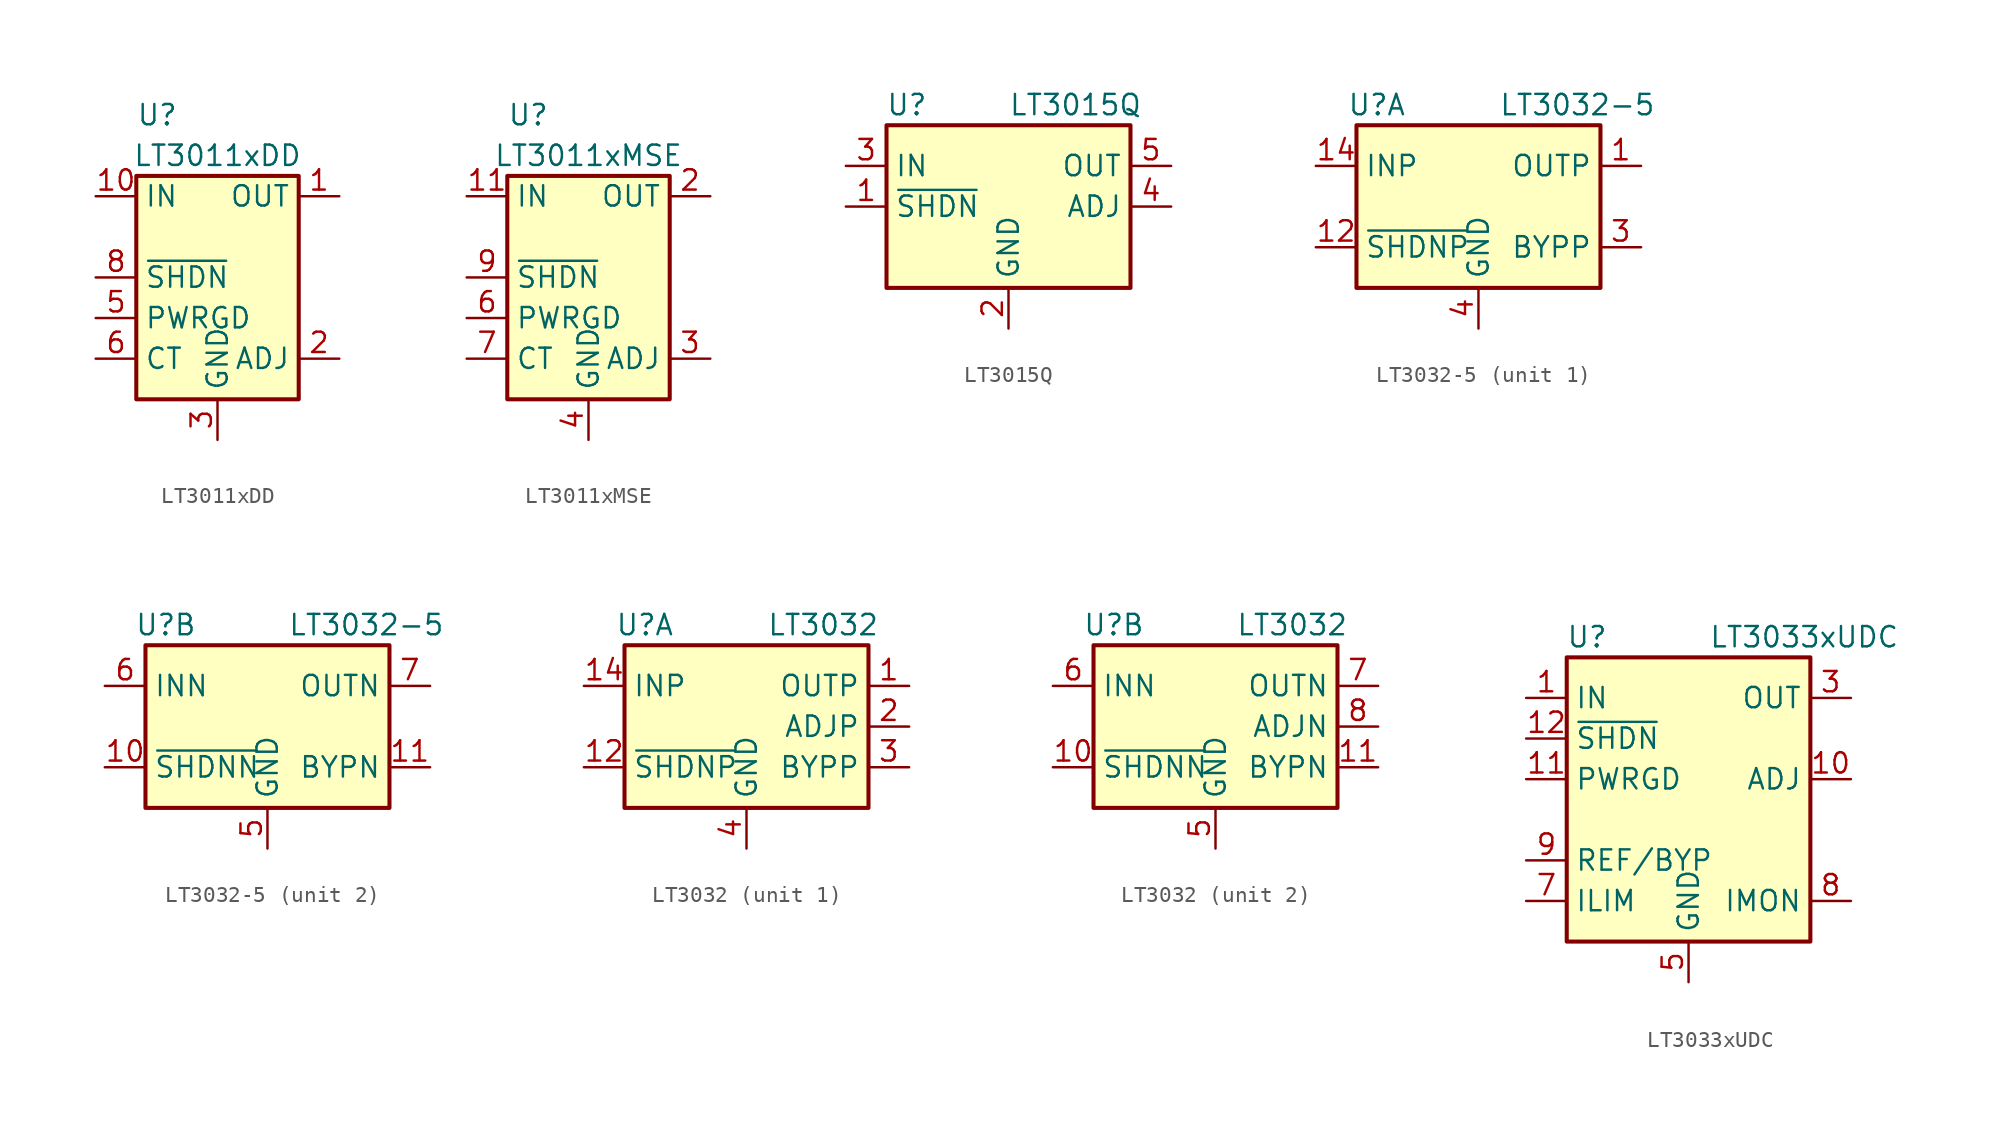
<source format=kicad_sym>
(kicad_symbol_lib
  (version 20241209)
  (generator "kicad_symbol_editor")
  (generator_version "9.0")
  (symbol "LT3011xDD"
    (property "Reference" "U"
      (at -5.08 10.16 0)
      (effects (font (size 1.27 1.27)) (justify left)))
    (property "Value" "LT3011xDD"
      (at 0 7.62 0)
      (effects (font (size 1.27 1.27))))
    (symbol "LT3011xDD_0_1"
      (rectangle (start -5.08 6.35) (end 5.08 -7.62) (stroke (width 0.254) (type default)) (fill (type background))))
    (symbol "LT3011xDD_1_1"
      (pin power_in line (at -7.62 5.08 0) (length 2.54) (name "IN" (effects (font (size 1.27 1.27)))) (number "10" (effects (font (size 1.27 1.27)))))
      (pin input line (at -7.62 0 0) (length 2.54) (name "~{SHDN}" (effects (font (size 1.27 1.27)))) (number "8" (effects (font (size 1.27 1.27)))))
      (pin open_collector line (at -7.62 -2.54 0) (length 2.54) (name "PWRGD" (effects (font (size 1.27 1.27)))) (number "5" (effects (font (size 1.27 1.27)))))
      (pin unspecified line (at -7.62 -5.08 0) (length 2.54) (name "CT" (effects (font (size 1.27 1.27)))) (number "6" (effects (font (size 1.27 1.27)))))
      (pin passive line (at 0 -10.16 90) (length 2.54) (hide yes) (name "GND" (effects (font (size 1.27 1.27)))) (number "11" (effects (font (size 1.27 1.27)))))
      (pin power_in line (at 0 -10.16 90) (length 2.54) (name "GND" (effects (font (size 1.27 1.27)))) (number "3" (effects (font (size 1.27 1.27)))))
      (pin no_connect line (at 5.08 2.54 180) (length 2.54) (hide yes) (name "NC" (effects (font (size 1.27 1.27)))) (number "4" (effects (font (size 1.27 1.27)))))
      (pin no_connect line (at 5.08 0 180) (length 2.54) (hide yes) (name "NC" (effects (font (size 1.27 1.27)))) (number "7" (effects (font (size 1.27 1.27)))))
      (pin no_connect line (at 5.08 -2.54 180) (length 2.54) (hide yes) (name "NC" (effects (font (size 1.27 1.27)))) (number "9" (effects (font (size 1.27 1.27)))))
      (pin power_out line (at 7.62 5.08 180) (length 2.54) (name "OUT" (effects (font (size 1.27 1.27)))) (number "1" (effects (font (size 1.27 1.27)))))
      (pin input line (at 7.62 -5.08 180) (length 2.54) (name "ADJ" (effects (font (size 1.27 1.27)))) (number "2" (effects (font (size 1.27 1.27)))))))
  (symbol "LT3011xMSE"
    (property "Reference" "U"
      (at -5.08 10.16 0)
      (effects (font (size 1.27 1.27)) (justify left)))
    (property "Value" "LT3011xMSE"
      (at 0 7.62 0)
      (effects (font (size 1.27 1.27))))
    (symbol "LT3011xMSE_0_1"
      (rectangle (start -5.08 6.35) (end 5.08 -7.62) (stroke (width 0.254) (type default)) (fill (type background))))
    (symbol "LT3011xMSE_1_1"
      (pin power_in line (at -7.62 5.08 0) (length 2.54) (name "IN" (effects (font (size 1.27 1.27)))) (number "11" (effects (font (size 1.27 1.27)))))
      (pin input line (at -7.62 0 0) (length 2.54) (name "~{SHDN}" (effects (font (size 1.27 1.27)))) (number "9" (effects (font (size 1.27 1.27)))))
      (pin open_collector line (at -7.62 -2.54 0) (length 2.54) (name "PWRGD" (effects (font (size 1.27 1.27)))) (number "6" (effects (font (size 1.27 1.27)))))
      (pin unspecified line (at -7.62 -5.08 0) (length 2.54) (name "CT" (effects (font (size 1.27 1.27)))) (number "7" (effects (font (size 1.27 1.27)))))
      (pin no_connect line (at -5.08 2.54 0) (length 2.54) (hide yes) (name "NC" (effects (font (size 1.27 1.27)))) (number "1" (effects (font (size 1.27 1.27)))))
      (pin no_connect line (at 0 5.08 270) (length 2.54) (hide yes) (name "NC" (effects (font (size 1.27 1.27)))) (number "12" (effects (font (size 1.27 1.27)))))
      (pin passive line (at 0 -10.16 90) (length 2.54) (hide yes) (name "GND" (effects (font (size 1.27 1.27)))) (number "13" (effects (font (size 1.27 1.27)))))
      (pin power_in line (at 0 -10.16 90) (length 2.54) (name "GND" (effects (font (size 1.27 1.27)))) (number "4" (effects (font (size 1.27 1.27)))))
      (pin no_connect line (at 5.08 2.54 180) (length 2.54) (hide yes) (name "NC" (effects (font (size 1.27 1.27)))) (number "5" (effects (font (size 1.27 1.27)))))
      (pin no_connect line (at 5.08 0 180) (length 2.54) (hide yes) (name "NC" (effects (font (size 1.27 1.27)))) (number "8" (effects (font (size 1.27 1.27)))))
      (pin no_connect line (at 5.08 -2.54 180) (length 2.54) (hide yes) (name "NC" (effects (font (size 1.27 1.27)))) (number "10" (effects (font (size 1.27 1.27)))))
      (pin power_out line (at 7.62 5.08 180) (length 2.54) (name "OUT" (effects (font (size 1.27 1.27)))) (number "2" (effects (font (size 1.27 1.27)))))
      (pin input line (at 7.62 -5.08 180) (length 2.54) (name "ADJ" (effects (font (size 1.27 1.27)))) (number "3" (effects (font (size 1.27 1.27)))))))
  (symbol "LT3015Q"
    (property "Reference" "U"
      (at -6.35 6.35 0)
      (effects (font (size 1.27 1.27))))
    (property "Value" "LT3015Q"
      (at 0 6.35 0)
      (effects (font (size 1.27 1.27)) (justify left)))
    (symbol "LT3015Q_0_1"
      (rectangle (start -7.62 5.08) (end 7.62 -5.08) (stroke (width 0.254) (type default)) (fill (type background))))
    (symbol "LT3015Q_1_1"
      (pin power_in line (at -10.16 2.54 0) (length 2.54) (name "IN" (effects (font (size 1.27 1.27)))) (number "3" (effects (font (size 1.27 1.27)))))
      (pin input line (at -10.16 0 0) (length 2.54) (name "~{SHDN}" (effects (font (size 1.27 1.27)))) (number "1" (effects (font (size 1.27 1.27)))))
      (pin power_in line (at 0 -7.62 90) (length 2.54) (name "GND" (effects (font (size 1.27 1.27)))) (number "2" (effects (font (size 1.27 1.27)))))
      (pin power_out line (at 10.16 2.54 180) (length 2.54) (name "OUT" (effects (font (size 1.27 1.27)))) (number "5" (effects (font (size 1.27 1.27)))))
      (pin input line (at 10.16 0 180) (length 2.54) (name "ADJ" (effects (font (size 1.27 1.27)))) (number "4" (effects (font (size 1.27 1.27)))))))
  (symbol "LT3032-5"
    (property "Reference" "U"
      (at -6.35 6.35 0)
      (effects (font (size 1.27 1.27))))
    (property "Value" "LT3032-5"
      (at 1.27 6.35 0)
      (effects (font (size 1.27 1.27)) (justify left)))
    (property "ki_locked" ""
      (at 0 0 0)
      (effects (font (size 1.27 1.27))))
    (symbol "LT3032-5_0_1"
      (rectangle (start -7.62 5.08) (end 7.62 -5.08) (stroke (width 0.254) (type default)) (fill (type background))))
    (symbol "LT3032-5_1_1"
      (pin power_in line (at -10.16 2.54 0) (length 2.54) (name "INP" (effects (font (size 1.27 1.27)))) (number "14" (effects (font (size 1.27 1.27)))))
      (pin input line (at -10.16 -2.54 0) (length 2.54) (name "~{SHDNP}" (effects (font (size 1.27 1.27)))) (number "12" (effects (font (size 1.27 1.27)))))
      (pin power_in line (at 0 -7.62 90) (length 2.54) (name "GND" (effects (font (size 1.27 1.27)))) (number "4" (effects (font (size 1.27 1.27)))))
      (pin no_connect line (at 7.62 0 180) (length 2.54) (hide yes) (name "NC" (effects (font (size 1.27 1.27)))) (number "2" (effects (font (size 1.27 1.27)))))
      (pin no_connect line (at 7.62 -5.08 180) (length 2.54) (hide yes) (name "NC" (effects (font (size 1.27 1.27)))) (number "13" (effects (font (size 1.27 1.27)))))
      (pin power_out line (at 10.16 2.54 180) (length 2.54) (name "OUTP" (effects (font (size 1.27 1.27)))) (number "1" (effects (font (size 1.27 1.27)))))
      (pin passive line (at 10.16 -2.54 180) (length 2.54) (name "BYPP" (effects (font (size 1.27 1.27)))) (number "3" (effects (font (size 1.27 1.27))))))
    (symbol "LT3032-5_2_1"
      (pin power_in line (at -10.16 2.54 0) (length 2.54) (name "INN" (effects (font (size 1.27 1.27)))) (number "6" (effects (font (size 1.27 1.27)))))
      (pin passive line (at -10.16 2.54 0) (length 2.54) (hide yes) (name "INN" (effects (font (size 1.27 1.27)))) (number "9" (effects (font (size 1.27 1.27)))))
      (pin input line (at -10.16 -2.54 0) (length 2.54) (name "~{SHDNN}" (effects (font (size 1.27 1.27)))) (number "10" (effects (font (size 1.27 1.27)))))
      (pin power_in line (at 0 -7.62 90) (length 2.54) (name "GND" (effects (font (size 1.27 1.27)))) (number "5" (effects (font (size 1.27 1.27)))))
      (pin no_connect line (at 7.62 0 180) (length 2.54) (hide yes) (name "NC" (effects (font (size 1.27 1.27)))) (number "8" (effects (font (size 1.27 1.27)))))
      (pin power_out line (at 10.16 2.54 180) (length 2.54) (name "OUTN" (effects (font (size 1.27 1.27)))) (number "7" (effects (font (size 1.27 1.27)))))
      (pin passive line (at 10.16 -2.54 180) (length 2.54) (name "BYPN" (effects (font (size 1.27 1.27)))) (number "11" (effects (font (size 1.27 1.27)))))))
  (symbol "LT3032"
    (property "Reference" "U"
      (at -6.35 6.35 0)
      (effects (font (size 1.27 1.27))))
    (property "Value" "LT3032"
      (at 1.27 6.35 0)
      (effects (font (size 1.27 1.27)) (justify left)))
    (property "ki_locked" ""
      (at 0 0 0)
      (effects (font (size 1.27 1.27))))
    (symbol "LT3032_0_1"
      (rectangle (start -7.62 5.08) (end 7.62 -5.08) (stroke (width 0.254) (type default)) (fill (type background))))
    (symbol "LT3032_1_1"
      (pin power_in line (at -10.16 2.54 0) (length 2.54) (name "INP" (effects (font (size 1.27 1.27)))) (number "14" (effects (font (size 1.27 1.27)))))
      (pin input line (at -10.16 -2.54 0) (length 2.54) (name "~{SHDNP}" (effects (font (size 1.27 1.27)))) (number "12" (effects (font (size 1.27 1.27)))))
      (pin power_in line (at 0 -7.62 90) (length 2.54) (name "GND" (effects (font (size 1.27 1.27)))) (number "4" (effects (font (size 1.27 1.27)))))
      (pin no_connect line (at 7.62 -5.08 180) (length 2.54) (hide yes) (name "NC" (effects (font (size 1.27 1.27)))) (number "13" (effects (font (size 1.27 1.27)))))
      (pin power_out line (at 10.16 2.54 180) (length 2.54) (name "OUTP" (effects (font (size 1.27 1.27)))) (number "1" (effects (font (size 1.27 1.27)))))
      (pin input line (at 10.16 0 180) (length 2.54) (name "ADJP" (effects (font (size 1.27 1.27)))) (number "2" (effects (font (size 1.27 1.27)))))
      (pin passive line (at 10.16 -2.54 180) (length 2.54) (name "BYPP" (effects (font (size 1.27 1.27)))) (number "3" (effects (font (size 1.27 1.27))))))
    (symbol "LT3032_2_1"
      (pin power_in line (at -10.16 2.54 0) (length 2.54) (name "INN" (effects (font (size 1.27 1.27)))) (number "6" (effects (font (size 1.27 1.27)))))
      (pin passive line (at -10.16 2.54 0) (length 2.54) (hide yes) (name "INN" (effects (font (size 1.27 1.27)))) (number "9" (effects (font (size 1.27 1.27)))))
      (pin input line (at -10.16 -2.54 0) (length 2.54) (name "~{SHDNN}" (effects (font (size 1.27 1.27)))) (number "10" (effects (font (size 1.27 1.27)))))
      (pin power_in line (at 0 -7.62 90) (length 2.54) (name "GND" (effects (font (size 1.27 1.27)))) (number "5" (effects (font (size 1.27 1.27)))))
      (pin power_out line (at 10.16 2.54 180) (length 2.54) (name "OUTN" (effects (font (size 1.27 1.27)))) (number "7" (effects (font (size 1.27 1.27)))))
      (pin input line (at 10.16 0 180) (length 2.54) (name "ADJN" (effects (font (size 1.27 1.27)))) (number "8" (effects (font (size 1.27 1.27)))))
      (pin passive line (at 10.16 -2.54 180) (length 2.54) (name "BYPN" (effects (font (size 1.27 1.27)))) (number "11" (effects (font (size 1.27 1.27)))))))
  (symbol "LT3033xUDC"
    (property "Reference" "U"
      (at -6.35 8.89 0)
      (effects (font (size 1.27 1.27))))
    (property "Value" "LT3033xUDC"
      (at 1.27 8.89 0)
      (effects (font (size 1.27 1.27)) (justify left)))
    (symbol "LT3033xUDC_0_0"
      (pin passive line (at -10.16 5.08 0) (length 2.54) (hide yes) (name "IN" (effects (font (size 1.27 1.27)))) (number "15" (effects (font (size 1.27 1.27)))))
      (pin passive line (at -10.16 5.08 0) (length 2.54) (hide yes) (name "IN" (effects (font (size 1.27 1.27)))) (number "16" (effects (font (size 1.27 1.27)))))
      (pin passive line (at -10.16 5.08 0) (length 2.54) (hide yes) (name "IN" (effects (font (size 1.27 1.27)))) (number "21" (effects (font (size 1.27 1.27)))))
      (pin passive line (at -10.16 5.08 0) (length 2.54) (hide yes) (name "IN" (effects (font (size 1.27 1.27)))) (number "22" (effects (font (size 1.27 1.27))))))
    (symbol "LT3033xUDC_0_1"
      (rectangle (start -7.62 7.62) (end 7.62 -10.16) (stroke (width 0.254) (type default)) (fill (type background))))
    (symbol "LT3033xUDC_1_0"
      (pin passive line (at 0 -12.7 90) (length 2.54) (hide yes) (name "GND" (effects (font (size 1.27 1.27)))) (number "6" (effects (font (size 1.27 1.27)))))
      (pin passive line (at 10.16 5.08 180) (length 2.54) (hide yes) (name "OUT" (effects (font (size 1.27 1.27)))) (number "13" (effects (font (size 1.27 1.27)))))
      (pin passive line (at 10.16 5.08 180) (length 2.54) (hide yes) (name "OUT" (effects (font (size 1.27 1.27)))) (number "14" (effects (font (size 1.27 1.27)))))
      (pin passive line (at 10.16 5.08 180) (length 2.54) (hide yes) (name "OUT" (effects (font (size 1.27 1.27)))) (number "17" (effects (font (size 1.27 1.27)))))
      (pin passive line (at 10.16 5.08 180) (length 2.54) (hide yes) (name "OUT" (effects (font (size 1.27 1.27)))) (number "18" (effects (font (size 1.27 1.27)))))
      (pin passive line (at 10.16 5.08 180) (length 2.54) (hide yes) (name "OUT" (effects (font (size 1.27 1.27)))) (number "19" (effects (font (size 1.27 1.27)))))
      (pin passive line (at 10.16 5.08 180) (length 2.54) (hide yes) (name "OUT" (effects (font (size 1.27 1.27)))) (number "20" (effects (font (size 1.27 1.27)))))
      (pin passive line (at 10.16 5.08 180) (length 2.54) (hide yes) (name "OUT" (effects (font (size 1.27 1.27)))) (number "23" (effects (font (size 1.27 1.27)))))
      (pin passive line (at 10.16 5.08 180) (length 2.54) (hide yes) (name "OUT" (effects (font (size 1.27 1.27)))) (number "24" (effects (font (size 1.27 1.27)))))
      (pin passive line (at 10.16 5.08 180) (length 2.54) (hide yes) (name "OUT" (effects (font (size 1.27 1.27)))) (number "4" (effects (font (size 1.27 1.27))))))
    (symbol "LT3033xUDC_1_1"
      (pin power_in line (at -10.16 5.08 0) (length 2.54) (name "IN" (effects (font (size 1.27 1.27)))) (number "1" (effects (font (size 1.27 1.27)))))
      (pin passive line (at -10.16 5.08 0) (length 2.54) (hide yes) (name "IN" (effects (font (size 1.27 1.27)))) (number "2" (effects (font (size 1.27 1.27)))))
      (pin input line (at -10.16 2.54 0) (length 2.54) (name "~{SHDN}" (effects (font (size 1.27 1.27)))) (number "12" (effects (font (size 1.27 1.27)))))
      (pin open_collector line (at -10.16 0 0) (length 2.54) (name "PWRGD" (effects (font (size 1.27 1.27)))) (number "11" (effects (font (size 1.27 1.27)))))
      (pin passive line (at -10.16 -5.08 0) (length 2.54) (name "REF/BYP" (effects (font (size 1.27 1.27)))) (number "9" (effects (font (size 1.27 1.27)))))
      (pin passive line (at -10.16 -7.62 0) (length 2.54) (name "ILIM" (effects (font (size 1.27 1.27)))) (number "7" (effects (font (size 1.27 1.27)))))
      (pin power_in line (at 0 -12.7 90) (length 2.54) (name "GND" (effects (font (size 1.27 1.27)))) (number "5" (effects (font (size 1.27 1.27)))))
      (pin power_out line (at 10.16 5.08 180) (length 2.54) (name "OUT" (effects (font (size 1.27 1.27)))) (number "3" (effects (font (size 1.27 1.27)))))
      (pin input line (at 10.16 0 180) (length 2.54) (name "ADJ" (effects (font (size 1.27 1.27)))) (number "10" (effects (font (size 1.27 1.27)))))
      (pin passive line (at 10.16 -7.62 180) (length 2.54) (name "IMON" (effects (font (size 1.27 1.27)))) (number "8" (effects (font (size 1.27 1.27))))))))
</source>
